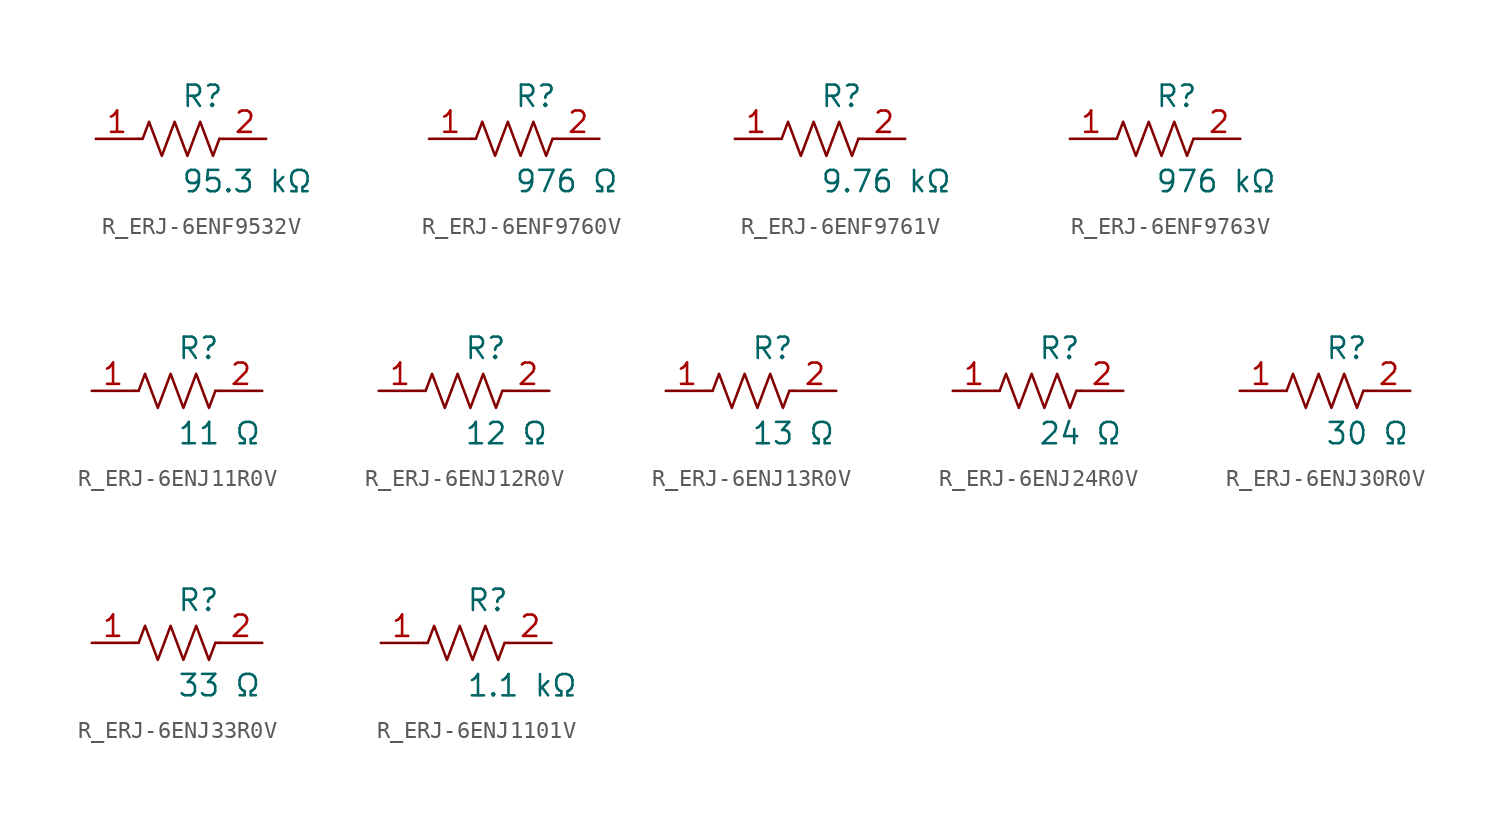
<source format=kicad_sym>
(kicad_symbol_lib
  (version 20231120)
  (generator kicad_symbol_editor)
  (generator_version 8.0)
  (symbol "R_ERJ-6ENF9532V"
    (pin_names
      (offset 0.254))
    (property "Reference" "R"
      (at 0.0 2.54 0)
      (effects (font (size 1.27 1.27)) (justify left)))
    (property "Value" "95.3 kΩ"
      (at 0.0 -2.54 0)
      (effects (font (size 1.27 1.27)) (justify left)))
    (symbol "R_ERJ-6ENF9532V_0_1"
      (polyline (pts (xy 2.286 0) (xy 2.54 0)) (stroke (width 0) (type default)) (fill (type none)))
      (polyline (pts (xy -2.286 0) (xy -2.54 0)) (stroke (width 0) (type default)) (fill (type none)))
      (polyline (pts (xy 0.762 0) (xy 1.143 1.016) (xy 1.524 0) (xy 1.905 -1.016) (xy 2.286 0)) (stroke (width 0) (type default)) (fill (type none)))
      (polyline (pts (xy -0.762 0) (xy -0.381 1.016) (xy 0 0) (xy 0.381 -1.016) (xy 0.762 0)) (stroke (width 0) (type default)) (fill (type none)))
      (polyline (pts (xy -2.286 0) (xy -1.905 1.016) (xy -1.524 0) (xy -1.143 -1.016) (xy -0.762 0)) (stroke (width 0) (type default)) (fill (type none))))
    (pin unspecified line
      (at -5.08 0 0)
      (length 2.54)
      (name "" (effects (font (size 1.27 1.27))))
      (number "1" (effects (font (size 1.27 1.27)))))
    (pin unspecified line
      (at 5.08 0 180)
      (length 2.54)
      (name "" (effects (font (size 1.27 1.27))))
      (number "2" (effects (font (size 1.27 1.27))))))
  (symbol "R_ERJ-6ENF9760V"
    (pin_names
      (offset 0.254))
    (property "Reference" "R"
      (at 0.0 2.54 0)
      (effects (font (size 1.27 1.27)) (justify left)))
    (property "Value" "976 Ω"
      (at 0.0 -2.54 0)
      (effects (font (size 1.27 1.27)) (justify left)))
    (symbol "R_ERJ-6ENF9760V_0_1"
      (polyline (pts (xy 2.286 0) (xy 2.54 0)) (stroke (width 0) (type default)) (fill (type none)))
      (polyline (pts (xy -2.286 0) (xy -2.54 0)) (stroke (width 0) (type default)) (fill (type none)))
      (polyline (pts (xy 0.762 0) (xy 1.143 1.016) (xy 1.524 0) (xy 1.905 -1.016) (xy 2.286 0)) (stroke (width 0) (type default)) (fill (type none)))
      (polyline (pts (xy -0.762 0) (xy -0.381 1.016) (xy 0 0) (xy 0.381 -1.016) (xy 0.762 0)) (stroke (width 0) (type default)) (fill (type none)))
      (polyline (pts (xy -2.286 0) (xy -1.905 1.016) (xy -1.524 0) (xy -1.143 -1.016) (xy -0.762 0)) (stroke (width 0) (type default)) (fill (type none))))
    (pin unspecified line
      (at -5.08 0 0)
      (length 2.54)
      (name "" (effects (font (size 1.27 1.27))))
      (number "1" (effects (font (size 1.27 1.27)))))
    (pin unspecified line
      (at 5.08 0 180)
      (length 2.54)
      (name "" (effects (font (size 1.27 1.27))))
      (number "2" (effects (font (size 1.27 1.27))))))
  (symbol "R_ERJ-6ENF9761V"
    (pin_names
      (offset 0.254))
    (property "Reference" "R"
      (at 0.0 2.54 0)
      (effects (font (size 1.27 1.27)) (justify left)))
    (property "Value" "9.76 kΩ"
      (at 0.0 -2.54 0)
      (effects (font (size 1.27 1.27)) (justify left)))
    (symbol "R_ERJ-6ENF9761V_0_1"
      (polyline (pts (xy 2.286 0) (xy 2.54 0)) (stroke (width 0) (type default)) (fill (type none)))
      (polyline (pts (xy -2.286 0) (xy -2.54 0)) (stroke (width 0) (type default)) (fill (type none)))
      (polyline (pts (xy 0.762 0) (xy 1.143 1.016) (xy 1.524 0) (xy 1.905 -1.016) (xy 2.286 0)) (stroke (width 0) (type default)) (fill (type none)))
      (polyline (pts (xy -0.762 0) (xy -0.381 1.016) (xy 0 0) (xy 0.381 -1.016) (xy 0.762 0)) (stroke (width 0) (type default)) (fill (type none)))
      (polyline (pts (xy -2.286 0) (xy -1.905 1.016) (xy -1.524 0) (xy -1.143 -1.016) (xy -0.762 0)) (stroke (width 0) (type default)) (fill (type none))))
    (pin unspecified line
      (at -5.08 0 0)
      (length 2.54)
      (name "" (effects (font (size 1.27 1.27))))
      (number "1" (effects (font (size 1.27 1.27)))))
    (pin unspecified line
      (at 5.08 0 180)
      (length 2.54)
      (name "" (effects (font (size 1.27 1.27))))
      (number "2" (effects (font (size 1.27 1.27))))))
  (symbol "R_ERJ-6ENF9763V"
    (pin_names
      (offset 0.254))
    (property "Reference" "R"
      (at 0.0 2.54 0)
      (effects (font (size 1.27 1.27)) (justify left)))
    (property "Value" "976 kΩ"
      (at 0.0 -2.54 0)
      (effects (font (size 1.27 1.27)) (justify left)))
    (symbol "R_ERJ-6ENF9763V_0_1"
      (polyline (pts (xy 2.286 0) (xy 2.54 0)) (stroke (width 0) (type default)) (fill (type none)))
      (polyline (pts (xy -2.286 0) (xy -2.54 0)) (stroke (width 0) (type default)) (fill (type none)))
      (polyline (pts (xy 0.762 0) (xy 1.143 1.016) (xy 1.524 0) (xy 1.905 -1.016) (xy 2.286 0)) (stroke (width 0) (type default)) (fill (type none)))
      (polyline (pts (xy -0.762 0) (xy -0.381 1.016) (xy 0 0) (xy 0.381 -1.016) (xy 0.762 0)) (stroke (width 0) (type default)) (fill (type none)))
      (polyline (pts (xy -2.286 0) (xy -1.905 1.016) (xy -1.524 0) (xy -1.143 -1.016) (xy -0.762 0)) (stroke (width 0) (type default)) (fill (type none))))
    (pin unspecified line
      (at -5.08 0 0)
      (length 2.54)
      (name "" (effects (font (size 1.27 1.27))))
      (number "1" (effects (font (size 1.27 1.27)))))
    (pin unspecified line
      (at 5.08 0 180)
      (length 2.54)
      (name "" (effects (font (size 1.27 1.27))))
      (number "2" (effects (font (size 1.27 1.27))))))
  (symbol "R_ERJ-6ENJ11R0V"
    (pin_names
      (offset 0.254))
    (property "Reference" "R"
      (at 0.0 2.54 0)
      (effects (font (size 1.27 1.27)) (justify left)))
    (property "Value" "11 Ω"
      (at 0.0 -2.54 0)
      (effects (font (size 1.27 1.27)) (justify left)))
    (symbol "R_ERJ-6ENJ11R0V_0_1"
      (polyline (pts (xy 2.286 0) (xy 2.54 0)) (stroke (width 0) (type default)) (fill (type none)))
      (polyline (pts (xy -2.286 0) (xy -2.54 0)) (stroke (width 0) (type default)) (fill (type none)))
      (polyline (pts (xy 0.762 0) (xy 1.143 1.016) (xy 1.524 0) (xy 1.905 -1.016) (xy 2.286 0)) (stroke (width 0) (type default)) (fill (type none)))
      (polyline (pts (xy -0.762 0) (xy -0.381 1.016) (xy 0 0) (xy 0.381 -1.016) (xy 0.762 0)) (stroke (width 0) (type default)) (fill (type none)))
      (polyline (pts (xy -2.286 0) (xy -1.905 1.016) (xy -1.524 0) (xy -1.143 -1.016) (xy -0.762 0)) (stroke (width 0) (type default)) (fill (type none))))
    (pin unspecified line
      (at -5.08 0 0)
      (length 2.54)
      (name "" (effects (font (size 1.27 1.27))))
      (number "1" (effects (font (size 1.27 1.27)))))
    (pin unspecified line
      (at 5.08 0 180)
      (length 2.54)
      (name "" (effects (font (size 1.27 1.27))))
      (number "2" (effects (font (size 1.27 1.27))))))
  (symbol "R_ERJ-6ENJ12R0V"
    (pin_names
      (offset 0.254))
    (property "Reference" "R"
      (at 0.0 2.54 0)
      (effects (font (size 1.27 1.27)) (justify left)))
    (property "Value" "12 Ω"
      (at 0.0 -2.54 0)
      (effects (font (size 1.27 1.27)) (justify left)))
    (symbol "R_ERJ-6ENJ12R0V_0_1"
      (polyline (pts (xy 2.286 0) (xy 2.54 0)) (stroke (width 0) (type default)) (fill (type none)))
      (polyline (pts (xy -2.286 0) (xy -2.54 0)) (stroke (width 0) (type default)) (fill (type none)))
      (polyline (pts (xy 0.762 0) (xy 1.143 1.016) (xy 1.524 0) (xy 1.905 -1.016) (xy 2.286 0)) (stroke (width 0) (type default)) (fill (type none)))
      (polyline (pts (xy -0.762 0) (xy -0.381 1.016) (xy 0 0) (xy 0.381 -1.016) (xy 0.762 0)) (stroke (width 0) (type default)) (fill (type none)))
      (polyline (pts (xy -2.286 0) (xy -1.905 1.016) (xy -1.524 0) (xy -1.143 -1.016) (xy -0.762 0)) (stroke (width 0) (type default)) (fill (type none))))
    (pin unspecified line
      (at -5.08 0 0)
      (length 2.54)
      (name "" (effects (font (size 1.27 1.27))))
      (number "1" (effects (font (size 1.27 1.27)))))
    (pin unspecified line
      (at 5.08 0 180)
      (length 2.54)
      (name "" (effects (font (size 1.27 1.27))))
      (number "2" (effects (font (size 1.27 1.27))))))
  (symbol "R_ERJ-6ENJ13R0V"
    (pin_names
      (offset 0.254))
    (property "Reference" "R"
      (at 0.0 2.54 0)
      (effects (font (size 1.27 1.27)) (justify left)))
    (property "Value" "13 Ω"
      (at 0.0 -2.54 0)
      (effects (font (size 1.27 1.27)) (justify left)))
    (symbol "R_ERJ-6ENJ13R0V_0_1"
      (polyline (pts (xy 2.286 0) (xy 2.54 0)) (stroke (width 0) (type default)) (fill (type none)))
      (polyline (pts (xy -2.286 0) (xy -2.54 0)) (stroke (width 0) (type default)) (fill (type none)))
      (polyline (pts (xy 0.762 0) (xy 1.143 1.016) (xy 1.524 0) (xy 1.905 -1.016) (xy 2.286 0)) (stroke (width 0) (type default)) (fill (type none)))
      (polyline (pts (xy -0.762 0) (xy -0.381 1.016) (xy 0 0) (xy 0.381 -1.016) (xy 0.762 0)) (stroke (width 0) (type default)) (fill (type none)))
      (polyline (pts (xy -2.286 0) (xy -1.905 1.016) (xy -1.524 0) (xy -1.143 -1.016) (xy -0.762 0)) (stroke (width 0) (type default)) (fill (type none))))
    (pin unspecified line
      (at -5.08 0 0)
      (length 2.54)
      (name "" (effects (font (size 1.27 1.27))))
      (number "1" (effects (font (size 1.27 1.27)))))
    (pin unspecified line
      (at 5.08 0 180)
      (length 2.54)
      (name "" (effects (font (size 1.27 1.27))))
      (number "2" (effects (font (size 1.27 1.27))))))
  (symbol "R_ERJ-6ENJ24R0V"
    (pin_names
      (offset 0.254))
    (property "Reference" "R"
      (at 0.0 2.54 0)
      (effects (font (size 1.27 1.27)) (justify left)))
    (property "Value" "24 Ω"
      (at 0.0 -2.54 0)
      (effects (font (size 1.27 1.27)) (justify left)))
    (symbol "R_ERJ-6ENJ24R0V_0_1"
      (polyline (pts (xy 2.286 0) (xy 2.54 0)) (stroke (width 0) (type default)) (fill (type none)))
      (polyline (pts (xy -2.286 0) (xy -2.54 0)) (stroke (width 0) (type default)) (fill (type none)))
      (polyline (pts (xy 0.762 0) (xy 1.143 1.016) (xy 1.524 0) (xy 1.905 -1.016) (xy 2.286 0)) (stroke (width 0) (type default)) (fill (type none)))
      (polyline (pts (xy -0.762 0) (xy -0.381 1.016) (xy 0 0) (xy 0.381 -1.016) (xy 0.762 0)) (stroke (width 0) (type default)) (fill (type none)))
      (polyline (pts (xy -2.286 0) (xy -1.905 1.016) (xy -1.524 0) (xy -1.143 -1.016) (xy -0.762 0)) (stroke (width 0) (type default)) (fill (type none))))
    (pin unspecified line
      (at -5.08 0 0)
      (length 2.54)
      (name "" (effects (font (size 1.27 1.27))))
      (number "1" (effects (font (size 1.27 1.27)))))
    (pin unspecified line
      (at 5.08 0 180)
      (length 2.54)
      (name "" (effects (font (size 1.27 1.27))))
      (number "2" (effects (font (size 1.27 1.27))))))
  (symbol "R_ERJ-6ENJ30R0V"
    (pin_names
      (offset 0.254))
    (property "Reference" "R"
      (at 0.0 2.54 0)
      (effects (font (size 1.27 1.27)) (justify left)))
    (property "Value" "30 Ω"
      (at 0.0 -2.54 0)
      (effects (font (size 1.27 1.27)) (justify left)))
    (symbol "R_ERJ-6ENJ30R0V_0_1"
      (polyline (pts (xy 2.286 0) (xy 2.54 0)) (stroke (width 0) (type default)) (fill (type none)))
      (polyline (pts (xy -2.286 0) (xy -2.54 0)) (stroke (width 0) (type default)) (fill (type none)))
      (polyline (pts (xy 0.762 0) (xy 1.143 1.016) (xy 1.524 0) (xy 1.905 -1.016) (xy 2.286 0)) (stroke (width 0) (type default)) (fill (type none)))
      (polyline (pts (xy -0.762 0) (xy -0.381 1.016) (xy 0 0) (xy 0.381 -1.016) (xy 0.762 0)) (stroke (width 0) (type default)) (fill (type none)))
      (polyline (pts (xy -2.286 0) (xy -1.905 1.016) (xy -1.524 0) (xy -1.143 -1.016) (xy -0.762 0)) (stroke (width 0) (type default)) (fill (type none))))
    (pin unspecified line
      (at -5.08 0 0)
      (length 2.54)
      (name "" (effects (font (size 1.27 1.27))))
      (number "1" (effects (font (size 1.27 1.27)))))
    (pin unspecified line
      (at 5.08 0 180)
      (length 2.54)
      (name "" (effects (font (size 1.27 1.27))))
      (number "2" (effects (font (size 1.27 1.27))))))
  (symbol "R_ERJ-6ENJ33R0V"
    (pin_names
      (offset 0.254))
    (property "Reference" "R"
      (at 0.0 2.54 0)
      (effects (font (size 1.27 1.27)) (justify left)))
    (property "Value" "33 Ω"
      (at 0.0 -2.54 0)
      (effects (font (size 1.27 1.27)) (justify left)))
    (symbol "R_ERJ-6ENJ33R0V_0_1"
      (polyline (pts (xy 2.286 0) (xy 2.54 0)) (stroke (width 0) (type default)) (fill (type none)))
      (polyline (pts (xy -2.286 0) (xy -2.54 0)) (stroke (width 0) (type default)) (fill (type none)))
      (polyline (pts (xy 0.762 0) (xy 1.143 1.016) (xy 1.524 0) (xy 1.905 -1.016) (xy 2.286 0)) (stroke (width 0) (type default)) (fill (type none)))
      (polyline (pts (xy -0.762 0) (xy -0.381 1.016) (xy 0 0) (xy 0.381 -1.016) (xy 0.762 0)) (stroke (width 0) (type default)) (fill (type none)))
      (polyline (pts (xy -2.286 0) (xy -1.905 1.016) (xy -1.524 0) (xy -1.143 -1.016) (xy -0.762 0)) (stroke (width 0) (type default)) (fill (type none))))
    (pin unspecified line
      (at -5.08 0 0)
      (length 2.54)
      (name "" (effects (font (size 1.27 1.27))))
      (number "1" (effects (font (size 1.27 1.27)))))
    (pin unspecified line
      (at 5.08 0 180)
      (length 2.54)
      (name "" (effects (font (size 1.27 1.27))))
      (number "2" (effects (font (size 1.27 1.27))))))
  (symbol "R_ERJ-6ENJ1101V"
    (pin_names
      (offset 0.254))
    (property "Reference" "R"
      (at 0.0 2.54 0)
      (effects (font (size 1.27 1.27)) (justify left)))
    (property "Value" "1.1 kΩ"
      (at 0.0 -2.54 0)
      (effects (font (size 1.27 1.27)) (justify left)))
    (symbol "R_ERJ-6ENJ1101V_0_1"
      (polyline (pts (xy 2.286 0) (xy 2.54 0)) (stroke (width 0) (type default)) (fill (type none)))
      (polyline (pts (xy -2.286 0) (xy -2.54 0)) (stroke (width 0) (type default)) (fill (type none)))
      (polyline (pts (xy 0.762 0) (xy 1.143 1.016) (xy 1.524 0) (xy 1.905 -1.016) (xy 2.286 0)) (stroke (width 0) (type default)) (fill (type none)))
      (polyline (pts (xy -0.762 0) (xy -0.381 1.016) (xy 0 0) (xy 0.381 -1.016) (xy 0.762 0)) (stroke (width 0) (type default)) (fill (type none)))
      (polyline (pts (xy -2.286 0) (xy -1.905 1.016) (xy -1.524 0) (xy -1.143 -1.016) (xy -0.762 0)) (stroke (width 0) (type default)) (fill (type none))))
    (pin unspecified line
      (at -5.08 0 0)
      (length 2.54)
      (name "" (effects (font (size 1.27 1.27))))
      (number "1" (effects (font (size 1.27 1.27)))))
    (pin unspecified line
      (at 5.08 0 180)
      (length 2.54)
      (name "" (effects (font (size 1.27 1.27))))
      (number "2" (effects (font (size 1.27 1.27)))))))
</source>
